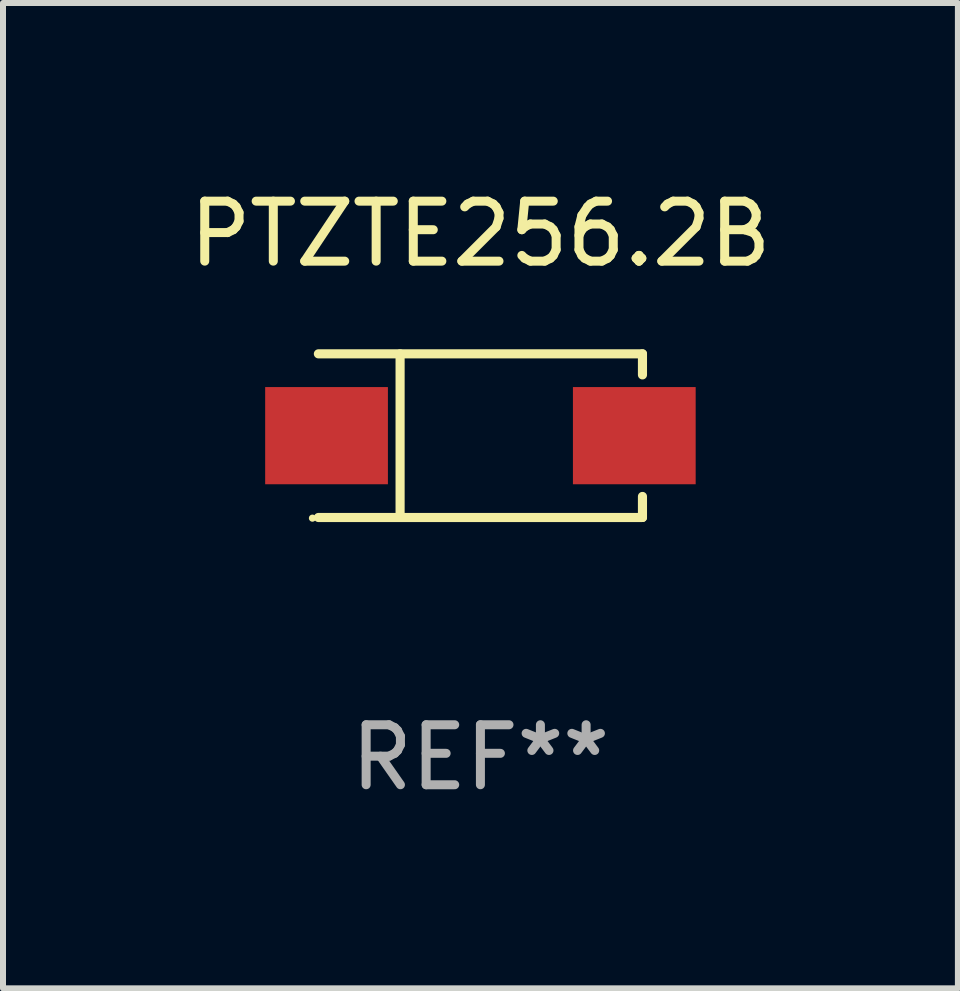
<source format=kicad_pcb>
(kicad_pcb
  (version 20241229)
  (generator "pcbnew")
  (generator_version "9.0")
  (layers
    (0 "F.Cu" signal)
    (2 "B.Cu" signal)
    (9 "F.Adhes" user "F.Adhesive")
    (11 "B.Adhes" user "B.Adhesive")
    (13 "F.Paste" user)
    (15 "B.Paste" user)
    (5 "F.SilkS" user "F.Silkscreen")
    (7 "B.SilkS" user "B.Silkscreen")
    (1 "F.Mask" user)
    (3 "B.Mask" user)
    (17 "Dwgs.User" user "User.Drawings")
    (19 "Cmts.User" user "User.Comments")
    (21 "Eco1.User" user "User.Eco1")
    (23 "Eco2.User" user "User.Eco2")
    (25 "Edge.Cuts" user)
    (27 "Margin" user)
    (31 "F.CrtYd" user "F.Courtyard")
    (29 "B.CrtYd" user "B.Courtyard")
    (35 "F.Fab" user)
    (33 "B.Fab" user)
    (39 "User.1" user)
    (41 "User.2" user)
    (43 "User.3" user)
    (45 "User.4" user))
  (footprint "PTZTE256.2B"
    (layer "F.Cu")
    (at 4.958 4.212)
    (property "Reference" "PTZTE256.2B" (at 0 -3.364 0) (layer "F.SilkS") (effects (font (size 1 1) (thickness 0.15))))
    (attr through_hole)
    (fp_line (start -2.701 -1.364) (end 2.701 -1.364) (stroke (width 0.152) (type solid)) (layer "F.SilkS"))
    (fp_line (start -2.701 1.364) (end 2.701 1.364) (stroke (width 0.152) (type solid)) (layer "F.SilkS"))
    (fp_line (start -1.339 -1.364) (end -1.339 1.364) (stroke (width 0.152) (type solid)) (layer "F.SilkS"))
    (fp_line (start 2.701 -1.364) (end 2.701 -1.013) (stroke (width 0.152) (type solid)) (layer "F.SilkS"))
    (fp_line (start 2.701 1.364) (end 2.701 1.013) (stroke (width 0.152) (type solid)) (layer "F.SilkS"))
    (fp_circle (center -2.8 1.375) (end -2.77 1.375) (stroke (width 0.06) (type solid)) (fill no) (layer "F.SilkS"))
    (fp_text user "REF**" (at 0 5.364 0) (layer "F.Fab") (effects (font (size 1 1) (thickness 0.15))))
    (pad "1" smd rect (at -2.565 -0.000025) (size 2.046 1.62) (layers "F.Cu" "F.Mask" "F.Paste"))
    (pad "2" smd rect (at 2.565 -0.000025) (size 2.046 1.62) (layers "F.Cu" "F.Mask" "F.Paste")))
  (gr_rect
    (start -3 -3)
    (end 12.917 13.424)
    (stroke (width 0.1) (type default))
    (fill no)
    (layer "Edge.Cuts")))
</source>
